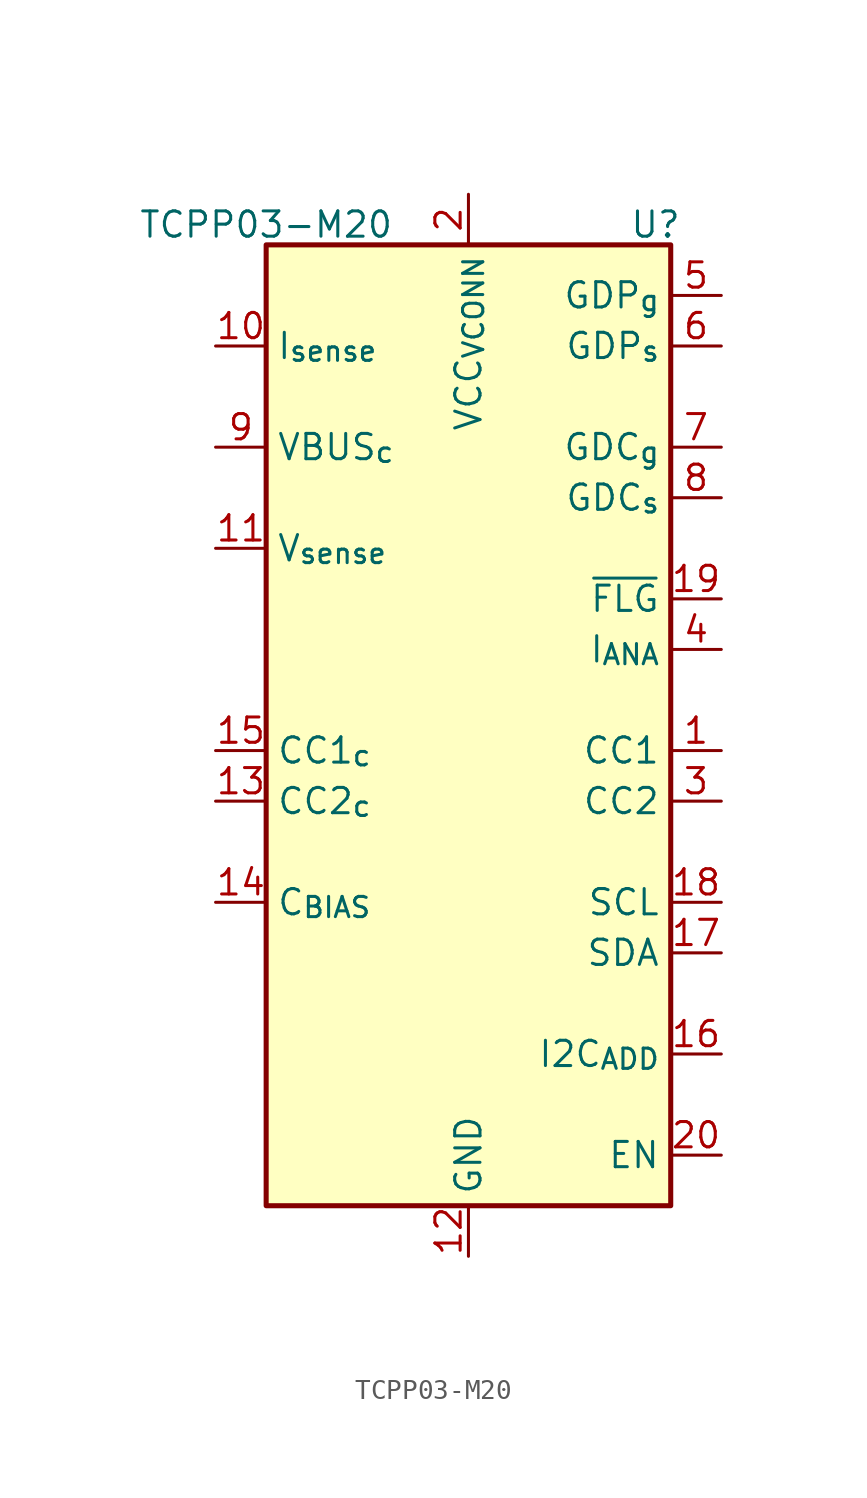
<source format=kicad_sym>
(kicad_symbol_lib
  (version 20241209)
  (generator "kicad_symbol_editor")
  (generator_version "9.0")
  (symbol "TCPP03-M20"
    (property "Reference" "U"
      (at 9.398 26.416 0)
      (effects (font (size 1.27 1.27))))
    (property "Value" "TCPP03-M20"
      (at -10.16 26.416 0)
      (effects (font (size 1.27 1.27))))
    (symbol "TCPP03-M20_0_1"
      (rectangle (start -10.16 25.4) (end 10.16 -22.86) (stroke (width 0.254) (type default)) (fill (type background))))
    (symbol "TCPP03-M20_1_1"
      (pin input line (at -12.7 20.32 0) (length 2.54) (name "I_{sense}" (effects (font (size 1.27 1.27)))) (number "10" (effects (font (size 1.27 1.27)))))
      (pin input line (at -12.7 15.24 0) (length 2.54) (name "VBUS_{c}" (effects (font (size 1.27 1.27)))) (number "9" (effects (font (size 1.27 1.27)))))
      (pin input line (at -12.7 10.16 0) (length 2.54) (name "V_{sense}" (effects (font (size 1.27 1.27)))) (number "11" (effects (font (size 1.27 1.27)))))
      (pin bidirectional line (at -12.7 0 0) (length 2.54) (name "CC1_{c}" (effects (font (size 1.27 1.27)))) (number "15" (effects (font (size 1.27 1.27)))))
      (pin bidirectional line (at -12.7 -2.54 0) (length 2.54) (name "CC2_{c}" (effects (font (size 1.27 1.27)))) (number "13" (effects (font (size 1.27 1.27)))))
      (pin output line (at -12.7 -7.62 0) (length 2.54) (name "C_{BIAS}" (effects (font (size 1.27 1.27)))) (number "14" (effects (font (size 1.27 1.27)))))
      (pin power_in line (at 0 27.94 270) (length 2.54) (name "VCC_{VCONN}" (effects (font (size 1.27 1.27)))) (number "2" (effects (font (size 1.27 1.27)))))
      (pin power_in line (at 0 -25.4 90) (length 2.54) (name "GND" (effects (font (size 1.27 1.27)))) (number "12" (effects (font (size 1.27 1.27)))))
      (pin passive line (at 0 -25.4 90) (length 2.54) (hide yes) (name "GND" (effects (font (size 1.27 1.27)))) (number "21" (effects (font (size 1.27 1.27)))))
      (pin output line (at 12.7 22.86 180) (length 2.54) (name "GDP_{g}" (effects (font (size 1.27 1.27)))) (number "5" (effects (font (size 1.27 1.27)))))
      (pin input line (at 12.7 20.32 180) (length 2.54) (name "GDP_{s}" (effects (font (size 1.27 1.27)))) (number "6" (effects (font (size 1.27 1.27)))))
      (pin output line (at 12.7 15.24 180) (length 2.54) (name "GDC_{g}" (effects (font (size 1.27 1.27)))) (number "7" (effects (font (size 1.27 1.27)))))
      (pin input line (at 12.7 12.7 180) (length 2.54) (name "GDC_{s}" (effects (font (size 1.27 1.27)))) (number "8" (effects (font (size 1.27 1.27)))))
      (pin open_collector line (at 12.7 7.62 180) (length 2.54) (name "~{FLG}" (effects (font (size 1.27 1.27)))) (number "19" (effects (font (size 1.27 1.27)))))
      (pin output line (at 12.7 5.08 180) (length 2.54) (name "I_{ANA}" (effects (font (size 1.27 1.27)))) (number "4" (effects (font (size 1.27 1.27)))))
      (pin bidirectional line (at 12.7 0 180) (length 2.54) (name "CC1" (effects (font (size 1.27 1.27)))) (number "1" (effects (font (size 1.27 1.27)))))
      (pin bidirectional line (at 12.7 -2.54 180) (length 2.54) (name "CC2" (effects (font (size 1.27 1.27)))) (number "3" (effects (font (size 1.27 1.27)))))
      (pin bidirectional line (at 12.7 -7.62 180) (length 2.54) (name "SCL" (effects (font (size 1.27 1.27)))) (number "18" (effects (font (size 1.27 1.27)))))
      (pin bidirectional line (at 12.7 -10.16 180) (length 2.54) (name "SDA" (effects (font (size 1.27 1.27)))) (number "17" (effects (font (size 1.27 1.27)))))
      (pin input line (at 12.7 -15.24 180) (length 2.54) (name "I2C_{ADD}" (effects (font (size 1.27 1.27)))) (number "16" (effects (font (size 1.27 1.27)))))
      (pin input line (at 12.7 -20.32 180) (length 2.54) (name "EN" (effects (font (size 1.27 1.27)))) (number "20" (effects (font (size 1.27 1.27))))))))
</source>
